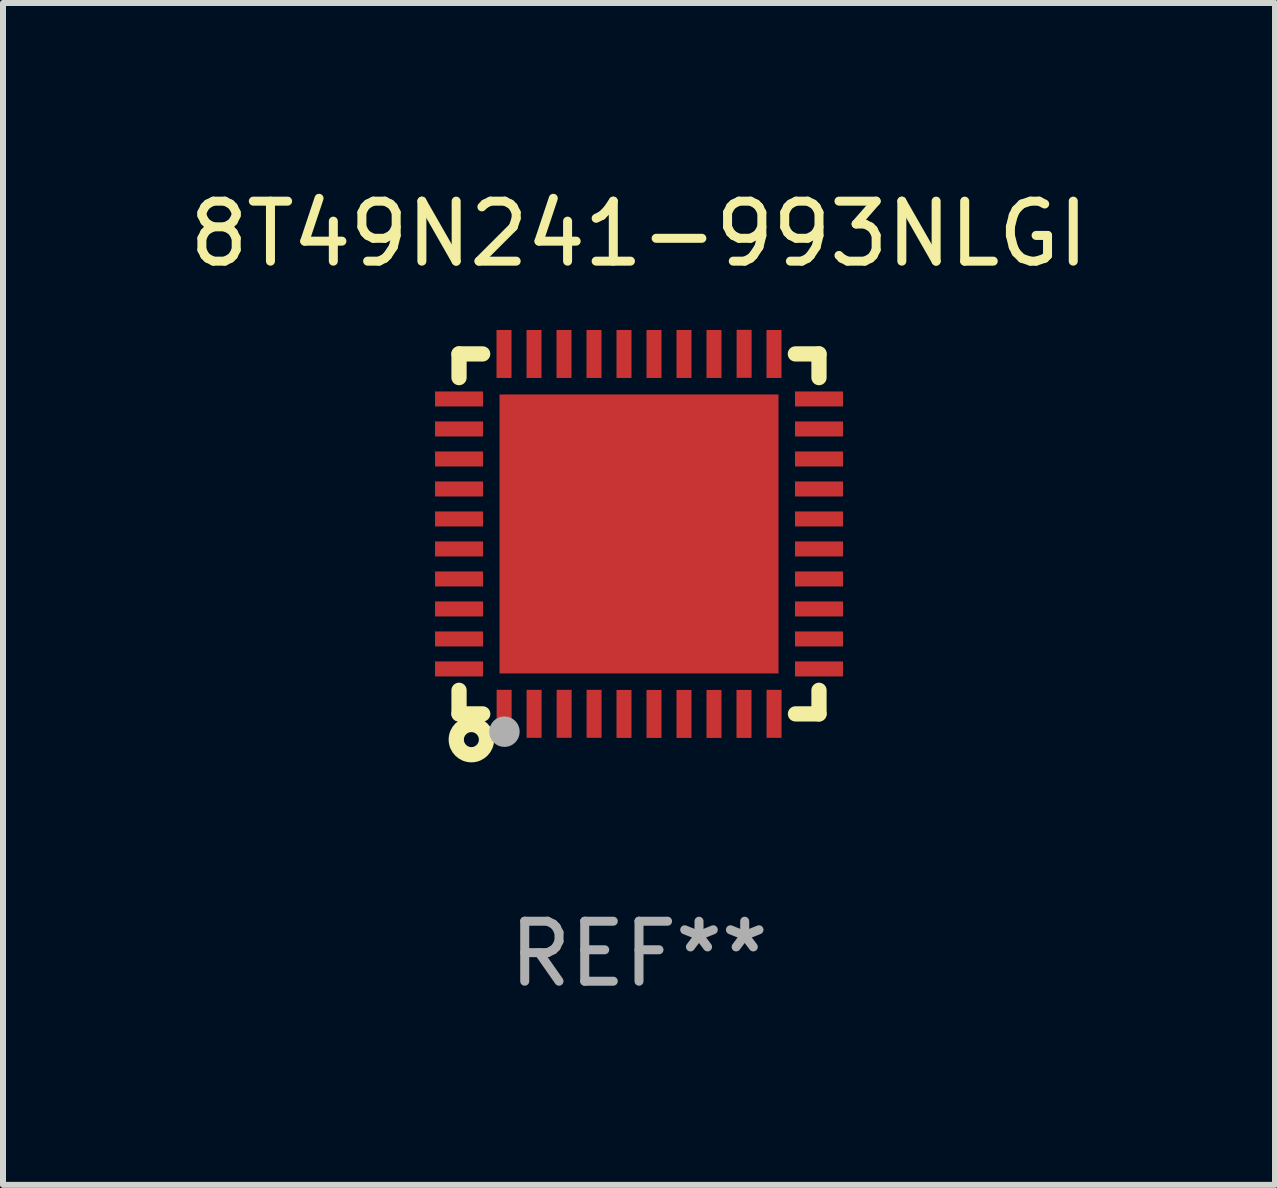
<source format=kicad_pcb>
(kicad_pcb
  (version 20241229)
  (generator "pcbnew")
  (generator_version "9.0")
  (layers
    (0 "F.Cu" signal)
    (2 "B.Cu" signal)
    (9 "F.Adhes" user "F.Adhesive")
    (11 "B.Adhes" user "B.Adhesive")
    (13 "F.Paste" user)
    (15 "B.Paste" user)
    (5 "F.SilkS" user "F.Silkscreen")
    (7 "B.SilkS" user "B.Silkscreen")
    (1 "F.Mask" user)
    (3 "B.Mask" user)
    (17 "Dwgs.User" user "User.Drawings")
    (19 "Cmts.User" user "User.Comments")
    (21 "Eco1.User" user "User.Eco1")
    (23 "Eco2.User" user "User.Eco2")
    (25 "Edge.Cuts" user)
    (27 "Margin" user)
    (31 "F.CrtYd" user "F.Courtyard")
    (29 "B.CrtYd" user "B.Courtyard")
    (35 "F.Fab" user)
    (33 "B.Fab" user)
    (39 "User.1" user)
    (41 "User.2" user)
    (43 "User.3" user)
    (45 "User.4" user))
  (footprint "8T49N241-993NLGI"
    (layer "F.Cu")
    (at 7.601 5.849)
    (property "Reference" "8T49N241-993NLGI" (at 0 -5.001 0) (layer "F.SilkS") (effects (font (size 1 1) (thickness 0.15))))
    (attr through_hole)
    (fp_line (start -3 -3) (end -3 -2.605) (stroke (width 0.254) (type solid)) (layer "F.SilkS"))
    (fp_line (start -3 -3) (end -2.606 -3) (stroke (width 0.254) (type solid)) (layer "F.SilkS"))
    (fp_line (start -3 2.607) (end -3 3) (stroke (width 0.254) (type solid)) (layer "F.SilkS"))
    (fp_line (start -3 3) (end -2.605 3) (stroke (width 0.254) (type solid)) (layer "F.SilkS"))
    (fp_line (start 2.606 -3) (end 3 -3) (stroke (width 0.254) (type solid)) (layer "F.SilkS"))
    (fp_line (start 2.608 3) (end 3 3) (stroke (width 0.254) (type solid)) (layer "F.SilkS"))
    (fp_line (start 3 -2.605) (end 3 -3) (stroke (width 0.254) (type solid)) (layer "F.SilkS"))
    (fp_line (start 3 3) (end 3 2.607) (stroke (width 0.254) (type solid)) (layer "F.SilkS"))
    (fp_circle (center -3 3) (end -2.97 3) (stroke (width 0.06) (type solid)) (fill no) (layer "F.SilkS"))
    (fp_circle (center -2.794 3.429) (end -2.669 3.429) (stroke (width 0.254) (type solid)) (fill no) (layer "F.SilkS"))
    (fp_circle (center -2.243 3.297) (end -2.116 3.297) (stroke (width 0.254) (type solid)) (fill no) (layer "F.Fab"))
    (fp_text user "REF**" (at 0 7.001 0) (layer "F.Fab") (effects (font (size 1 1) (thickness 0.15))))
    (pad "1" smd rect (at -2.248 2.999 180) (size 0.25 0.8) (layers "F.Cu" "F.Mask" "F.Paste"))
    (pad "2" smd rect (at -1.749 2.999 180) (size 0.25 0.8) (layers "F.Cu" "F.Mask" "F.Paste"))
    (pad "3" smd rect (at -1.248 2.999 180) (size 0.25 0.8) (layers "F.Cu" "F.Mask" "F.Paste"))
    (pad "4" smd rect (at -0.749 2.999 180) (size 0.25 0.8) (layers "F.Cu" "F.Mask" "F.Paste"))
    (pad "5" smd rect (at -0.25 3.001 180) (size 0.25 0.8) (layers "F.Cu" "F.Mask" "F.Paste"))
    (pad "6" smd rect (at 0.25 3.001 180) (size 0.25 0.8) (layers "F.Cu" "F.Mask" "F.Paste"))
    (pad "7" smd rect (at 0.75 3.001 180) (size 0.25 0.8) (layers "F.Cu" "F.Mask" "F.Paste"))
    (pad "8" smd rect (at 1.25 3.001 180) (size 0.25 0.8) (layers "F.Cu" "F.Mask" "F.Paste"))
    (pad "9" smd rect (at 1.75 3.001 180) (size 0.25 0.8) (layers "F.Cu" "F.Mask" "F.Paste"))
    (pad "10" smd rect (at 2.251 2.999 180) (size 0.25 0.8) (layers "F.Cu" "F.Mask" "F.Paste"))
    (pad "11" smd rect (at 3 2.251 270) (size 0.25 0.8) (layers "F.Cu" "F.Mask" "F.Paste"))
    (pad "12" smd rect (at 3 1.751 270) (size 0.25 0.8) (layers "F.Cu" "F.Mask" "F.Paste"))
    (pad "13" smd rect (at 3 1.251 270) (size 0.25 0.8) (layers "F.Cu" "F.Mask" "F.Paste"))
    (pad "14" smd rect (at 3 0.751 270) (size 0.25 0.8) (layers "F.Cu" "F.Mask" "F.Paste"))
    (pad "15" smd rect (at 3 0.251 270) (size 0.25 0.8) (layers "F.Cu" "F.Mask" "F.Paste"))
    (pad "16" smd rect (at 3 -0.249 270) (size 0.25 0.8) (layers "F.Cu" "F.Mask" "F.Paste"))
    (pad "17" smd rect (at 3 -0.749 270) (size 0.25 0.8) (layers "F.Cu" "F.Mask" "F.Paste"))
    (pad "18" smd rect (at 3 -1.249 270) (size 0.25 0.8) (layers "F.Cu" "F.Mask" "F.Paste"))
    (pad "19" smd rect (at 3 -1.749 270) (size 0.25 0.8) (layers "F.Cu" "F.Mask" "F.Paste"))
    (pad "20" smd rect (at 3 -2.249 270) (size 0.25 0.8) (layers "F.Cu" "F.Mask" "F.Paste"))
    (pad "21" smd rect (at 2.25 -2.999) (size 0.25 0.8) (layers "F.Cu" "F.Mask" "F.Paste"))
    (pad "22" smd rect (at 1.752 -3.001) (size 0.25 0.8) (layers "F.Cu" "F.Mask" "F.Paste"))
    (pad "23" smd rect (at 1.25 -2.999) (size 0.25 0.8) (layers "F.Cu" "F.Mask" "F.Paste"))
    (pad "24" smd rect (at 0.75 -2.999) (size 0.25 0.8) (layers "F.Cu" "F.Mask" "F.Paste"))
    (pad "25" smd rect (at 0.25 -2.999) (size 0.25 0.8) (layers "F.Cu" "F.Mask" "F.Paste"))
    (pad "26" smd rect (at -0.25 -2.999) (size 0.25 0.8) (layers "F.Cu" "F.Mask" "F.Paste"))
    (pad "27" smd rect (at -0.75 -2.999) (size 0.25 0.8) (layers "F.Cu" "F.Mask" "F.Paste"))
    (pad "28" smd rect (at -1.25 -2.999) (size 0.25 0.8) (layers "F.Cu" "F.Mask" "F.Paste"))
    (pad "29" smd rect (at -1.75 -2.999) (size 0.25 0.8) (layers "F.Cu" "F.Mask" "F.Paste"))
    (pad "30" smd rect (at -2.25 -2.999) (size 0.25 0.8) (layers "F.Cu" "F.Mask" "F.Paste"))
    (pad "31" smd rect (at -3 -2.249 90) (size 0.25 0.8) (layers "F.Cu" "F.Mask" "F.Paste"))
    (pad "32" smd rect (at -3 -1.749 90) (size 0.25 0.8) (layers "F.Cu" "F.Mask" "F.Paste"))
    (pad "33" smd rect (at -3 -1.249 90) (size 0.25 0.8) (layers "F.Cu" "F.Mask" "F.Paste"))
    (pad "34" smd rect (at -3 -0.749 90) (size 0.25 0.8) (layers "F.Cu" "F.Mask" "F.Paste"))
    (pad "35" smd rect (at -3 -0.249 90) (size 0.25 0.8) (layers "F.Cu" "F.Mask" "F.Paste"))
    (pad "36" smd rect (at -3 0.251 90) (size 0.25 0.8) (layers "F.Cu" "F.Mask" "F.Paste"))
    (pad "37" smd rect (at -3 0.751 90) (size 0.25 0.8) (layers "F.Cu" "F.Mask" "F.Paste"))
    (pad "38" smd rect (at -3 1.251 90) (size 0.25 0.8) (layers "F.Cu" "F.Mask" "F.Paste"))
    (pad "39" smd rect (at -3 1.751 90) (size 0.25 0.8) (layers "F.Cu" "F.Mask" "F.Paste"))
    (pad "40" smd rect (at -3 2.251 90) (size 0.25 0.8) (layers "F.Cu" "F.Mask" "F.Paste"))
    (pad "41" smd rect (at -0.000025 0.001 90) (size 4.65 4.65) (layers "F.Cu" "F.Mask" "F.Paste")))
  (gr_rect
    (start -3 -3)
    (end 18.202 16.699)
    (stroke (width 0.1) (type default))
    (fill no)
    (layer "Edge.Cuts")))
</source>
